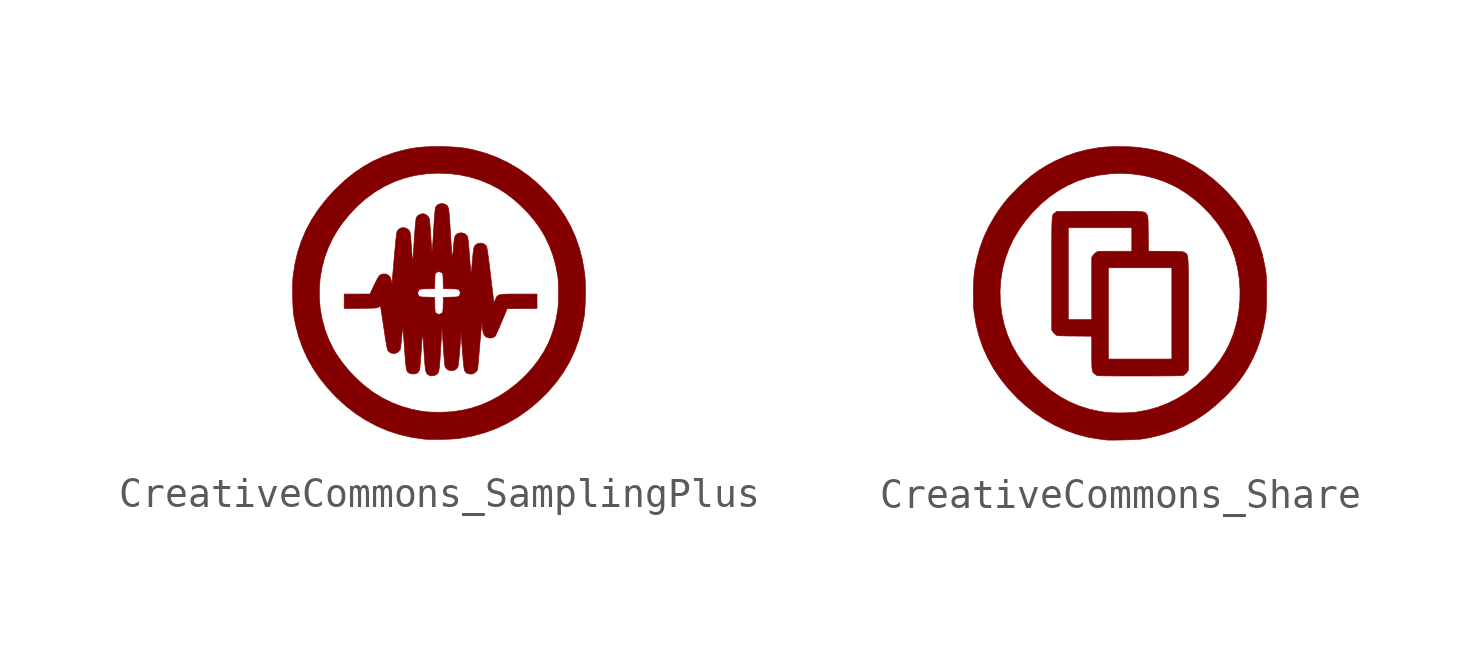
<source format=kicad_sym>
(kicad_symbol_lib
  (version 20211014)
  (generator kicad_symbol_editor)
  (symbol "CreativeCommons_SamplingPlus"
    (pin_names
      (offset 1.016))
    (property "Reference" "G"
      (at 0 4.365 0)
      (effects (font (size 1.27 1.27)) hide))
    (symbol "CreativeCommons_SamplingPlus_0_0"
      (polyline (pts (xy -0.01 -4.997) (xy 0.138 -4.995) (xy 0.281 -4.991) (xy 0.412 -4.986) (xy 0.524 -4.98) (xy 0.609 -4.973) (xy 0.724 -4.958) (xy 1.142 -4.882) (xy 1.547 -4.773) (xy 1.938 -4.63) (xy 2.316 -4.453) (xy 2.679 -4.243) (xy 3.028 -4) (xy 3.363 -3.723) (xy 3.683 -3.413) (xy 3.757 -3.334) (xy 4.021 -3.022) (xy 4.253 -2.696) (xy 4.454 -2.355) (xy 4.623 -1.996) (xy 4.763 -1.619) (xy 4.873 -1.22) (xy 4.955 -0.8) (xy 4.959 -0.776) (xy 4.971 -0.667) (xy 4.98 -0.532) (xy 4.988 -0.377) (xy 4.994 -0.211) (xy 4.997 -0.04) (xy 4.997 0.129) (xy 4.995 0.287) (xy 4.991 0.427) (xy 4.983 0.542) (xy 4.965 0.703) (xy 4.896 1.119) (xy 4.793 1.522) (xy 4.657 1.911) (xy 4.489 2.285) (xy 4.288 2.642) (xy 4.056 2.982) (xy 3.965 3.099) (xy 3.683 3.428) (xy 3.38 3.727) (xy 3.057 3.998) (xy 2.716 4.238) (xy 2.357 4.447) (xy 1.983 4.625) (xy 1.594 4.77) (xy 1.191 4.882) (xy 1.034 4.915) (xy 0.879 4.942) (xy 0.721 4.963) (xy 0.551 4.978) (xy 0.362 4.988) (xy 0.145 4.995) (xy -0.077 4.997) (xy -0.307 4.994) (xy -0.515 4.984) (xy -0.71 4.966) (xy -0.899 4.939) (xy -1.09 4.902) (xy -1.291 4.855) (xy -1.548 4.783) (xy -1.909 4.655) (xy -2.252 4.5) (xy -2.58 4.315) (xy -2.898 4.098) (xy -3.207 3.849) (xy -3.51 3.565) (xy -3.581 3.494) (xy -3.874 3.167) (xy -4.134 2.83) (xy -4.359 2.481) (xy -4.55 2.12) (xy -4.708 1.746) (xy -4.832 1.359) (xy -4.924 0.957) (xy -4.983 0.54) (xy -4.986 0.501) (xy -4.993 0.383) (xy -4.996 0.242) (xy -4.997 0.166) (xy -4.084 0.166) (xy -4.054 0.525) (xy -3.991 0.88) (xy -3.898 1.227) (xy -3.772 1.565) (xy -3.616 1.89) (xy -3.428 2.2) (xy -3.295 2.388) (xy -3.044 2.697) (xy -2.775 2.978) (xy -2.488 3.229) (xy -2.185 3.45) (xy -1.867 3.638) (xy -1.535 3.795) (xy -1.192 3.918) (xy -0.836 4.008) (xy -0.799 4.015) (xy -0.421 4.07) (xy -0.043 4.09) (xy 0.332 4.078) (xy 0.703 4.033) (xy 1.065 3.956) (xy 1.416 3.847) (xy 1.753 3.706) (xy 2.073 3.535) (xy 2.285 3.397) (xy 2.546 3.198) (xy 2.799 2.974) (xy 3.037 2.732) (xy 3.253 2.478) (xy 3.442 2.218) (xy 3.605 1.948) (xy 3.764 1.619) (xy 3.893 1.274) (xy 3.992 0.915) (xy 4.058 0.545) (xy 4.064 0.486) (xy 4.072 0.374) (xy 4.077 0.24) (xy 4.079 0.092) (xy 4.08 -0.06) (xy 4.078 -0.209) (xy 4.073 -0.347) (xy 4.066 -0.465) (xy 4.057 -0.554) (xy 4.051 -0.597) (xy 3.989 -0.937) (xy 3.906 -1.254) (xy 3.8 -1.554) (xy 3.735 -1.707) (xy 3.579 -2.004) (xy 3.392 -2.293) (xy 3.177 -2.57) (xy 2.935 -2.832) (xy 2.671 -3.077) (xy 2.387 -3.3) (xy 2.087 -3.5) (xy 1.773 -3.672) (xy 1.712 -3.702) (xy 1.429 -3.823) (xy 1.143 -3.919) (xy 0.843 -3.992) (xy 0.521 -4.045) (xy 0.519 -4.045) (xy 0.403 -4.056) (xy 0.262 -4.064) (xy 0.105 -4.069) (xy -0.057 -4.07) (xy -0.214 -4.068) (xy -0.356 -4.062) (xy -0.473 -4.053) (xy -0.59 -4.037) (xy -0.927 -3.971) (xy -1.265 -3.874) (xy -1.594 -3.748) (xy -1.909 -3.596) (xy -2.2 -3.421) (xy -2.29 -3.359) (xy -2.569 -3.143) (xy -2.836 -2.9) (xy -3.087 -2.636) (xy -3.313 -2.358) (xy -3.51 -2.073) (xy -3.605 -1.911) (xy -3.764 -1.588) (xy -3.892 -1.252) (xy -3.987 -0.905) (xy -4.051 -0.552) (xy -4.084 -0.193) (xy -4.084 0.166) (xy -4.997 0.166) (xy -4.997 0.085) (xy -4.996 -0.081) (xy -4.992 -0.247) (xy -4.986 -0.407) (xy -4.978 -0.553) (xy -4.968 -0.677) (xy -4.956 -0.773) (xy -4.902 -1.059) (xy -4.798 -1.461) (xy -4.665 -1.843) (xy -4.502 -2.209) (xy -4.306 -2.559) (xy -4.077 -2.898) (xy -3.814 -3.227) (xy -3.801 -3.242) (xy -3.496 -3.567) (xy -3.176 -3.86) (xy -2.839 -4.121) (xy -2.488 -4.348) (xy -2.121 -4.542) (xy -1.74 -4.704) (xy -1.344 -4.832) (xy -0.934 -4.926) (xy -0.509 -4.988) (xy -0.488 -4.989) (xy -0.4 -4.994) (xy -0.286 -4.997) (xy -0.153 -4.998) (xy -0.01 -4.997)) (stroke (width 0.01) (type default) (color 0 0 0 0)) (fill (type outline)))
      (polyline (pts (xy -0.17 -2.822) (xy -0.092 -2.787) (xy -0.091 -2.786) (xy -0.067 -2.767) (xy -0.047 -2.745) (xy -0.03 -2.719) (xy -0.015 -2.684) (xy -0.003 -2.637) (xy 0.007 -2.574) (xy 0.017 -2.493) (xy 0.026 -2.388) (xy 0.035 -2.258) (xy 0.045 -2.098) (xy 0.057 -1.905) (xy 0.06 -1.852) (xy 0.069 -1.698) (xy 0.077 -1.557) (xy 0.085 -1.433) (xy 0.092 -1.331) (xy 0.097 -1.253) (xy 0.101 -1.204) (xy 0.103 -1.188) (xy 0.104 -1.202) (xy 0.108 -1.249) (xy 0.114 -1.324) (xy 0.12 -1.423) (xy 0.128 -1.544) (xy 0.137 -1.68) (xy 0.146 -1.828) (xy 0.148 -1.85) (xy 0.16 -2.03) (xy 0.172 -2.186) (xy 0.183 -2.316) (xy 0.193 -2.417) (xy 0.202 -2.487) (xy 0.21 -2.522) (xy 0.244 -2.577) (xy 0.305 -2.623) (xy 0.38 -2.648) (xy 0.46 -2.65) (xy 0.536 -2.63) (xy 0.6 -2.587) (xy 0.645 -2.522) (xy 0.645 -2.521) (xy 0.653 -2.485) (xy 0.663 -2.417) (xy 0.674 -2.322) (xy 0.686 -2.204) (xy 0.699 -2.068) (xy 0.711 -1.918) (xy 0.753 -1.373) (xy 0.801 -1.994) (xy 0.804 -2.038) (xy 0.817 -2.205) (xy 0.828 -2.34) (xy 0.839 -2.448) (xy 0.849 -2.531) (xy 0.86 -2.594) (xy 0.872 -2.64) (xy 0.887 -2.674) (xy 0.904 -2.698) (xy 0.925 -2.717) (xy 0.95 -2.735) (xy 0.983 -2.751) (xy 1.045 -2.764) (xy 1.131 -2.766) (xy 1.137 -2.765) (xy 1.188 -2.746) (xy 1.244 -2.707) (xy 1.29 -2.659) (xy 1.316 -2.611) (xy 1.318 -2.602) (xy 1.323 -2.557) (xy 1.33 -2.483) (xy 1.34 -2.383) (xy 1.351 -2.26) (xy 1.363 -2.119) (xy 1.376 -1.965) (xy 1.39 -1.8) (xy 1.398 -1.707) (xy 1.411 -1.55) (xy 1.424 -1.406) (xy 1.435 -1.28) (xy 1.445 -1.175) (xy 1.452 -1.094) (xy 1.458 -1.043) (xy 1.461 -1.024) (xy 1.462 -1.024) (xy 1.468 -1.046) (xy 1.474 -1.093) (xy 1.481 -1.158) (xy 1.489 -1.238) (xy 1.503 -1.329) (xy 1.522 -1.395) (xy 1.548 -1.443) (xy 1.583 -1.48) (xy 1.609 -1.499) (xy 1.689 -1.532) (xy 1.774 -1.538) (xy 1.854 -1.518) (xy 1.918 -1.472) (xy 1.933 -1.448) (xy 1.959 -1.395) (xy 1.995 -1.317) (xy 2.039 -1.22) (xy 2.087 -1.108) (xy 2.138 -0.987) (xy 2.326 -0.536) (xy 2.836 -0.531) (xy 3.345 -0.527) (xy 3.345 -0.036) (xy 2.689 -0.036) (xy 2.515 -0.036) (xy 2.373 -0.037) (xy 2.258 -0.04) (xy 2.169 -0.046) (xy 2.1 -0.055) (xy 2.048 -0.069) (xy 2.01 -0.089) (xy 1.981 -0.115) (xy 1.958 -0.149) (xy 1.938 -0.191) (xy 1.916 -0.242) (xy 1.877 -0.334) (xy 1.866 -0.262) (xy 1.862 -0.232) (xy 1.854 -0.169) (xy 1.843 -0.077) (xy 1.829 0.039) (xy 1.812 0.176) (xy 1.794 0.33) (xy 1.774 0.497) (xy 1.753 0.672) (xy 1.742 0.763) (xy 1.719 0.955) (xy 1.697 1.127) (xy 1.677 1.276) (xy 1.66 1.398) (xy 1.645 1.493) (xy 1.633 1.556) (xy 1.625 1.586) (xy 1.611 1.609) (xy 1.552 1.665) (xy 1.476 1.697) (xy 1.392 1.703) (xy 1.31 1.678) (xy 1.306 1.676) (xy 1.27 1.656) (xy 1.242 1.634) (xy 1.219 1.607) (xy 1.201 1.569) (xy 1.186 1.518) (xy 1.174 1.447) (xy 1.163 1.353) (xy 1.151 1.232) (xy 1.138 1.079) (xy 1.129 0.971) (xy 1.119 0.866) (xy 1.112 0.785) (xy 1.105 0.731) (xy 1.099 0.703) (xy 1.093 0.704) (xy 1.086 0.734) (xy 1.079 0.794) (xy 1.071 0.886) (xy 1.061 1.011) (xy 1.049 1.17) (xy 1.034 1.364) (xy 1.032 1.393) (xy 1.018 1.572) (xy 1.004 1.715) (xy 0.992 1.823) (xy 0.98 1.895) (xy 0.97 1.933) (xy 0.947 1.967) (xy 0.884 2.019) (xy 0.804 2.048) (xy 0.719 2.052) (xy 0.638 2.028) (xy 0.623 2.02) (xy 0.59 1.997) (xy 0.564 1.968) (xy 0.544 1.928) (xy 0.529 1.871) (xy 0.516 1.793) (xy 0.504 1.688) (xy 0.492 1.552) (xy 0.492 1.543) (xy 0.482 1.435) (xy 0.473 1.34) (xy 0.465 1.264) (xy 0.458 1.214) (xy 0.454 1.193) (xy 0.451 1.206) (xy 0.446 1.252) (xy 0.44 1.327) (xy 0.432 1.428) (xy 0.424 1.552) (xy 0.414 1.695) (xy 0.404 1.853) (xy 0.393 2.024) (xy 0.39 2.085) (xy 0.377 2.284) (xy 0.366 2.45) (xy 0.357 2.588) (xy 0.347 2.699) (xy 0.337 2.788) (xy 0.327 2.856) (xy 0.315 2.908) (xy 0.301 2.946) (xy 0.285 2.973) (xy 0.266 2.993) (xy 0.243 3.009) (xy 0.217 3.023) (xy 0.164 3.043) (xy 0.077 3.051) (xy -0.004 3.032) (xy -0.072 2.989) (xy -0.118 2.922) (xy -0.126 2.886) (xy -0.135 2.813) (xy -0.146 2.706) (xy -0.157 2.565) (xy -0.169 2.39) (xy -0.181 2.182) (xy -0.182 2.173) (xy -0.191 2.017) (xy -0.2 1.871) (xy -0.209 1.74) (xy -0.217 1.628) (xy -0.224 1.538) (xy -0.229 1.476) (xy -0.233 1.446) (xy -0.234 1.445) (xy -0.238 1.45) (xy -0.245 1.489) (xy -0.252 1.558) (xy -0.261 1.656) (xy -0.27 1.78) (xy -0.279 1.928) (xy -0.281 1.96) (xy -0.29 2.097) (xy -0.299 2.225) (xy -0.308 2.338) (xy -0.317 2.429) (xy -0.324 2.495) (xy -0.329 2.53) (xy -0.334 2.546) (xy -0.375 2.615) (xy -0.44 2.671) (xy -0.517 2.701) (xy -0.592 2.7) (xy -0.667 2.675) (xy -0.732 2.631) (xy -0.773 2.575) (xy -0.779 2.555) (xy -0.788 2.502) (xy -0.798 2.417) (xy -0.809 2.301) (xy -0.821 2.152) (xy -0.835 1.969) (xy -0.849 1.751) (xy -0.899 0.991) (xy -0.939 1.534) (xy -0.939 1.538) (xy -0.95 1.695) (xy -0.96 1.82) (xy -0.969 1.917) (xy -0.977 1.991) (xy -0.985 2.044) (xy -0.993 2.081) (xy -1.002 2.107) (xy -1.013 2.125) (xy -1.066 2.179) (xy -1.142 2.218) (xy -1.224 2.23) (xy -1.304 2.216) (xy -1.375 2.176) (xy -1.427 2.109) (xy -1.432 2.095) (xy -1.442 2.054) (xy -1.452 1.988) (xy -1.463 1.895) (xy -1.476 1.773) (xy -1.491 1.62) (xy -1.508 1.435) (xy -1.528 1.216) (xy -1.54 1.068) (xy -1.554 0.904) (xy -1.567 0.752) (xy -1.579 0.619) (xy -1.588 0.505) (xy -1.595 0.417) (xy -1.6 0.357) (xy -1.602 0.33) (xy -1.602 0.326) (xy -1.606 0.323) (xy -1.615 0.351) (xy -1.625 0.404) (xy -1.637 0.457) (xy -1.665 0.534) (xy -1.708 0.589) (xy -1.771 0.631) (xy -1.808 0.645) (xy -1.888 0.651) (xy -1.968 0.634) (xy -2.033 0.594) (xy -2.051 0.572) (xy -2.083 0.519) (xy -2.125 0.444) (xy -2.171 0.354) (xy -2.218 0.256) (xy -2.324 0.03) (xy -0.723 0.03) (xy -0.693 0.093) (xy -0.69 0.096) (xy -0.675 0.113) (xy -0.654 0.124) (xy -0.624 0.132) (xy -0.576 0.136) (xy -0.504 0.14) (xy -0.403 0.142) (xy -0.148 0.148) (xy -0.142 0.403) (xy -0.142 0.419) (xy -0.139 0.516) (xy -0.136 0.584) (xy -0.131 0.629) (xy -0.123 0.658) (xy -0.111 0.677) (xy -0.093 0.693) (xy -0.052 0.716) (xy 0 0.727) (xy 0.045 0.718) (xy 0.093 0.693) (xy 0.096 0.69) (xy 0.112 0.675) (xy 0.124 0.654) (xy 0.131 0.624) (xy 0.136 0.576) (xy 0.14 0.504) (xy 0.142 0.403) (xy 0.148 0.148) (xy 0.403 0.142) (xy 0.419 0.142) (xy 0.516 0.139) (xy 0.584 0.136) (xy 0.629 0.131) (xy 0.658 0.123) (xy 0.677 0.111) (xy 0.693 0.093) (xy 0.721 0.039) (xy 0.723 -0.03) (xy 0.693 -0.093) (xy 0.69 -0.096) (xy 0.674 -0.112) (xy 0.654 -0.124) (xy 0.624 -0.131) (xy 0.576 -0.136) (xy 0.504 -0.14) (xy 0.403 -0.142) (xy 0.148 -0.148) (xy 0.142 -0.403) (xy 0.142 -0.419) (xy 0.139 -0.516) (xy 0.136 -0.584) (xy 0.131 -0.629) (xy 0.122 -0.658) (xy 0.111 -0.677) (xy 0.093 -0.693) (xy 0.052 -0.716) (xy 0 -0.727) (xy -0.045 -0.718) (xy -0.093 -0.693) (xy -0.096 -0.69) (xy -0.113 -0.674) (xy -0.124 -0.654) (xy -0.132 -0.624) (xy -0.136 -0.576) (xy -0.14 -0.504) (xy -0.142 -0.403) (xy -0.148 -0.148) (xy -0.403 -0.142) (xy -0.419 -0.142) (xy -0.516 -0.139) (xy -0.584 -0.136) (xy -0.629 -0.131) (xy -0.658 -0.122) (xy -0.677 -0.111) (xy -0.693 -0.093) (xy -0.721 -0.039) (xy -0.723 0.03) (xy -2.324 0.03) (xy -2.355 -0.035) (xy -2.796 -0.036) (xy -3.236 -0.036) (xy -3.236 -0.529) (xy -2.674 -0.523) (xy -2.601 -0.523) (xy -2.458 -0.521) (xy -2.345 -0.519) (xy -2.259 -0.517) (xy -2.194 -0.514) (xy -2.147 -0.51) (xy -2.114 -0.505) (xy -2.091 -0.498) (xy -2.073 -0.488) (xy -2.057 -0.477) (xy -2.001 -0.436) (xy -1.992 -0.477) (xy -1.991 -0.479) (xy -1.986 -0.51) (xy -1.976 -0.574) (xy -1.962 -0.663) (xy -1.945 -0.776) (xy -1.926 -0.907) (xy -1.904 -1.053) (xy -1.881 -1.208) (xy -1.871 -1.276) (xy -1.842 -1.472) (xy -1.816 -1.634) (xy -1.794 -1.762) (xy -1.776 -1.857) (xy -1.761 -1.921) (xy -1.749 -1.954) (xy -1.742 -1.966) (xy -1.683 -2.025) (xy -1.609 -2.058) (xy -1.529 -2.066) (xy -1.45 -2.047) (xy -1.38 -2.004) (xy -1.329 -1.936) (xy -1.322 -1.914) (xy -1.311 -1.855) (xy -1.299 -1.77) (xy -1.287 -1.663) (xy -1.276 -1.542) (xy -1.275 -1.534) (xy -1.266 -1.429) (xy -1.257 -1.339) (xy -1.248 -1.27) (xy -1.241 -1.226) (xy -1.236 -1.213) (xy -1.235 -1.214) (xy -1.231 -1.24) (xy -1.225 -1.297) (xy -1.217 -1.382) (xy -1.207 -1.49) (xy -1.197 -1.618) (xy -1.186 -1.761) (xy -1.175 -1.916) (xy -1.163 -2.094) (xy -1.151 -2.248) (xy -1.141 -2.373) (xy -1.131 -2.472) (xy -1.121 -2.548) (xy -1.109 -2.606) (xy -1.097 -2.648) (xy -1.081 -2.679) (xy -1.063 -2.701) (xy -1.041 -2.719) (xy -1.015 -2.735) (xy -0.965 -2.755) (xy -0.889 -2.765) (xy -0.814 -2.76) (xy -0.754 -2.738) (xy -0.743 -2.73) (xy -0.719 -2.712) (xy -0.699 -2.692) (xy -0.683 -2.665) (xy -0.67 -2.628) (xy -0.658 -2.578) (xy -0.648 -2.51) (xy -0.639 -2.421) (xy -0.629 -2.306) (xy -0.619 -2.163) (xy -0.607 -1.988) (xy -0.599 -1.864) (xy -0.589 -1.726) (xy -0.58 -1.604) (xy -0.572 -1.501) (xy -0.566 -1.422) (xy -0.561 -1.371) (xy -0.559 -1.353) (xy -0.556 -1.367) (xy -0.552 -1.414) (xy -0.546 -1.49) (xy -0.539 -1.59) (xy -0.531 -1.71) (xy -0.522 -1.847) (xy -0.512 -1.996) (xy -0.504 -2.123) (xy -0.493 -2.284) (xy -0.483 -2.416) (xy -0.473 -2.52) (xy -0.463 -2.601) (xy -0.451 -2.663) (xy -0.437 -2.709) (xy -0.42 -2.742) (xy -0.4 -2.767) (xy -0.375 -2.786) (xy -0.345 -2.804) (xy -0.338 -2.808) (xy -0.256 -2.83) (xy -0.17 -2.822)) (stroke (width 0.01) (type default) (color 0 0 0 0)) (fill (type outline)))))
  (symbol "CreativeCommons_Share"
    (pin_names
      (offset 1.016))
    (property "Reference" "G"
      (at 0 4.365 0)
      (effects (font (size 1.27 1.27)) hide))
    (symbol "CreativeCommons_Share_0_0"
      (polyline (pts (xy 0.712 -2.812) (xy 0.782 -2.812) (xy 1.035 -2.812) (xy 1.254 -2.811) (xy 1.443 -2.81) (xy 1.603 -2.809) (xy 1.737 -2.808) (xy 1.848 -2.807) (xy 1.938 -2.805) (xy 2.009 -2.803) (xy 2.064 -2.801) (xy 2.106 -2.797) (xy 2.136 -2.794) (xy 2.158 -2.789) (xy 2.173 -2.784) (xy 2.184 -2.778) (xy 2.194 -2.771) (xy 2.198 -2.768) (xy 2.245 -2.724) (xy 2.286 -2.673) (xy 2.327 -2.613) (xy 2.327 -0.611) (xy 2.327 -0.308) (xy 2.327 -0.038) (xy 2.327 0.2) (xy 2.327 0.408) (xy 2.326 0.589) (xy 2.325 0.745) (xy 2.323 0.877) (xy 2.32 0.987) (xy 2.317 1.079) (xy 2.312 1.153) (xy 2.307 1.212) (xy 2.3 1.258) (xy 2.292 1.293) (xy 2.283 1.319) (xy 2.272 1.338) (xy 2.26 1.352) (xy 2.246 1.364) (xy 2.229 1.375) (xy 2.211 1.387) (xy 2.2 1.395) (xy 2.183 1.404) (xy 2.162 1.412) (xy 2.132 1.418) (xy 2.091 1.422) (xy 2.033 1.425) (xy 1.955 1.428) (xy 1.853 1.429) (xy 1.723 1.431) (xy 1.56 1.433) (xy 0.965 1.438) (xy 0.96 2.033) (xy 0.959 2.147) (xy 0.957 2.287) (xy 0.956 2.398) (xy 0.953 2.483) (xy 0.95 2.547) (xy 0.946 2.594) (xy 0.941 2.626) (xy 0.934 2.65) (xy 0.925 2.668) (xy 0.914 2.684) (xy 0.904 2.698) (xy 0.891 2.717) (xy 0.877 2.734) (xy 0.861 2.748) (xy 0.839 2.76) (xy 0.809 2.77) (xy 0.77 2.778) (xy 0.718 2.784) (xy 0.651 2.789) (xy 0.567 2.793) (xy 0.464 2.796) (xy 0.338 2.797) (xy 0.188 2.798) (xy 0.011 2.798) (xy -0.195 2.797) (xy -0.432 2.797) (xy -0.704 2.796) (xy -2.155 2.791) (xy -2.211 2.75) (xy -2.216 2.747) (xy -2.234 2.735) (xy -2.249 2.724) (xy -2.263 2.712) (xy -2.275 2.697) (xy -2.286 2.676) (xy -2.295 2.648) (xy -2.302 2.611) (xy -2.309 2.562) (xy -2.314 2.499) (xy -2.318 2.421) (xy -2.321 2.324) (xy -2.323 2.236) (xy -1.764 2.236) (xy 0.4 2.236) (xy 0.4 1.436) (xy -0.288 1.436) (xy -0.426 1.436) (xy -0.536 1.435) (xy -0.62 1.434) (xy -0.682 1.432) (xy -0.728 1.428) (xy -0.76 1.423) (xy -0.783 1.416) (xy -0.802 1.407) (xy -0.82 1.395) (xy -0.824 1.392) (xy -0.878 1.345) (xy -0.922 1.292) (xy -0.964 1.231) (xy -0.964 0.873) (xy -0.4 0.873) (xy 1.764 0.873) (xy 1.764 -2.236) (xy -0.4 -2.236) (xy -0.4 0.873) (xy -0.964 0.873) (xy -0.964 -0.891) (xy -1.764 -0.891) (xy -1.764 2.236) (xy -2.323 2.236) (xy -2.324 2.208) (xy -2.325 2.071) (xy -2.326 1.909) (xy -2.327 1.721) (xy -2.327 1.505) (xy -2.327 1.259) (xy -2.327 0.981) (xy -2.327 0.668) (xy -2.327 -1.249) (xy -2.286 -1.309) (xy -2.283 -1.314) (xy -2.24 -1.365) (xy -2.194 -1.407) (xy -2.188 -1.412) (xy -2.171 -1.422) (xy -2.151 -1.429) (xy -2.123 -1.435) (xy -2.082 -1.44) (xy -2.025 -1.443) (xy -1.947 -1.446) (xy -1.846 -1.448) (xy -1.716 -1.45) (xy -1.553 -1.451) (xy -0.964 -1.457) (xy -0.964 -2.03) (xy -0.964 -2.193) (xy -0.963 -2.329) (xy -0.961 -2.436) (xy -0.957 -2.519) (xy -0.951 -2.582) (xy -0.943 -2.629) (xy -0.93 -2.665) (xy -0.914 -2.693) (xy -0.893 -2.717) (xy -0.868 -2.742) (xy -0.822 -2.775) (xy -0.771 -2.8) (xy -0.767 -2.8) (xy -0.732 -2.803) (xy -0.664 -2.805) (xy -0.566 -2.807) (xy -0.441 -2.809) (xy -0.292 -2.81) (xy -0.122 -2.811) (xy 0.066 -2.812) (xy 0.27 -2.812) (xy 0.486 -2.812) (xy 0.712 -2.812)) (stroke (width 0.01) (type default) (color 0 0 0 0)) (fill (type outline)))
      (polyline (pts (xy -0.173 -4.996) (xy -0.043 -4.994) (xy 0.096 -4.991) (xy 0.236 -4.987) (xy 0.373 -4.982) (xy 0.499 -4.976) (xy 0.61 -4.97) (xy 0.699 -4.964) (xy 0.76 -4.957) (xy 1.062 -4.902) (xy 1.468 -4.799) (xy 1.856 -4.666) (xy 2.228 -4.5) (xy 2.586 -4.303) (xy 2.93 -4.073) (xy 3.262 -3.808) (xy 3.583 -3.51) (xy 3.7 -3.39) (xy 3.89 -3.182) (xy 4.057 -2.977) (xy 4.207 -2.766) (xy 4.348 -2.543) (xy 4.513 -2.238) (xy 4.662 -1.903) (xy 4.785 -1.551) (xy 4.883 -1.179) (xy 4.958 -0.782) (xy 4.967 -0.708) (xy 4.976 -0.593) (xy 4.983 -0.454) (xy 4.988 -0.297) (xy 4.991 -0.13) (xy 4.993 0.04) (xy 4.992 0.208) (xy 4.989 0.367) (xy 4.984 0.509) (xy 4.977 0.628) (xy 4.967 0.718) (xy 4.934 0.923) (xy 4.843 1.338) (xy 4.721 1.734) (xy 4.57 2.11) (xy 4.387 2.468) (xy 4.173 2.81) (xy 3.927 3.137) (xy 3.648 3.45) (xy 3.536 3.563) (xy 3.217 3.856) (xy 2.889 4.113) (xy 2.549 4.337) (xy 2.197 4.528) (xy 1.831 4.686) (xy 1.449 4.812) (xy 1.052 4.907) (xy 0.636 4.972) (xy 0.519 4.982) (xy 0.372 4.991) (xy 0.207 4.996) (xy 0.034 4.999) (xy -0.138 4.999) (xy -0.301 4.996) (xy -0.446 4.99) (xy -0.564 4.981) (xy -0.75 4.959) (xy -1.123 4.894) (xy -1.479 4.802) (xy -1.827 4.681) (xy -2.173 4.529) (xy -2.238 4.497) (xy -2.514 4.349) (xy -2.771 4.188) (xy -3.016 4.009) (xy -3.257 3.806) (xy -3.501 3.574) (xy -3.57 3.504) (xy -3.7 3.37) (xy -3.812 3.248) (xy -3.911 3.131) (xy -4.005 3.01) (xy -4.099 2.88) (xy -4.201 2.731) (xy -4.293 2.588) (xy -4.482 2.254) (xy -4.641 1.91) (xy -4.772 1.551) (xy -4.876 1.173) (xy -4.956 0.771) (xy -4.961 0.735) (xy -4.972 0.627) (xy -4.981 0.494) (xy -4.989 0.342) (xy -4.994 0.179) (xy -4.996 0.087) (xy -4.088 0.087) (xy -4.062 0.459) (xy -4.003 0.827) (xy -3.909 1.185) (xy -3.781 1.534) (xy -3.621 1.869) (xy -3.429 2.189) (xy -3.215 2.484) (xy -2.964 2.779) (xy -2.695 3.047) (xy -2.408 3.287) (xy -2.107 3.497) (xy -1.793 3.676) (xy -1.468 3.822) (xy -1.135 3.934) (xy -1.09 3.946) (xy -0.722 4.027) (xy -0.348 4.075) (xy 0.027 4.09) (xy 0.4 4.071) (xy 0.768 4.021) (xy 1.128 3.938) (xy 1.476 3.824) (xy 1.809 3.677) (xy 1.956 3.6) (xy 2.26 3.412) (xy 2.55 3.195) (xy 2.823 2.952) (xy 3.077 2.687) (xy 3.307 2.404) (xy 3.51 2.106) (xy 3.684 1.797) (xy 3.826 1.479) (xy 3.919 1.205) (xy 4.005 0.855) (xy 4.061 0.494) (xy 4.086 0.125) (xy 4.081 -0.246) (xy 4.045 -0.615) (xy 3.978 -0.977) (xy 3.88 -1.327) (xy 3.872 -1.352) (xy 3.744 -1.678) (xy 3.588 -1.987) (xy 3.401 -2.282) (xy 3.181 -2.564) (xy 2.928 -2.836) (xy 2.894 -2.869) (xy 2.593 -3.14) (xy 2.281 -3.376) (xy 1.957 -3.578) (xy 1.621 -3.745) (xy 1.274 -3.879) (xy 0.913 -3.979) (xy 0.54 -4.045) (xy 0.52 -4.047) (xy 0.39 -4.059) (xy 0.237 -4.066) (xy 0.07 -4.07) (xy -0.1 -4.07) (xy -0.264 -4.065) (xy -0.411 -4.057) (xy -0.531 -4.045) (xy -0.668 -4.024) (xy -1.036 -3.945) (xy -1.388 -3.834) (xy -1.724 -3.692) (xy -2.048 -3.516) (xy -2.358 -3.307) (xy -2.658 -3.064) (xy -2.947 -2.786) (xy -3.042 -2.685) (xy -3.29 -2.389) (xy -3.503 -2.081) (xy -3.683 -1.761) (xy -3.83 -1.428) (xy -3.943 -1.08) (xy -4.024 -0.717) (xy -4.074 -0.336) (xy -4.078 -0.288) (xy -4.088 0.087) (xy -4.996 0.087) (xy -4.997 0.013) (xy -4.997 -0.149) (xy -4.995 -0.301) (xy -4.99 -0.433) (xy -4.983 -0.54) (xy -4.97 -0.65) (xy -4.902 -1.064) (xy -4.801 -1.463) (xy -4.666 -1.849) (xy -4.498 -2.22) (xy -4.297 -2.579) (xy -4.061 -2.923) (xy -3.792 -3.255) (xy -3.489 -3.574) (xy -3.262 -3.784) (xy -2.93 -4.051) (xy -2.585 -4.286) (xy -2.228 -4.489) (xy -1.859 -4.659) (xy -1.481 -4.795) (xy -1.094 -4.896) (xy -0.7 -4.962) (xy -0.669 -4.966) (xy -0.592 -4.976) (xy -0.529 -4.984) (xy -0.491 -4.989) (xy -0.458 -4.993) (xy -0.387 -4.995) (xy -0.29 -4.996) (xy -0.173 -4.996)) (stroke (width 0.01) (type default) (color 0 0 0 0)) (fill (type outline))))))
</source>
